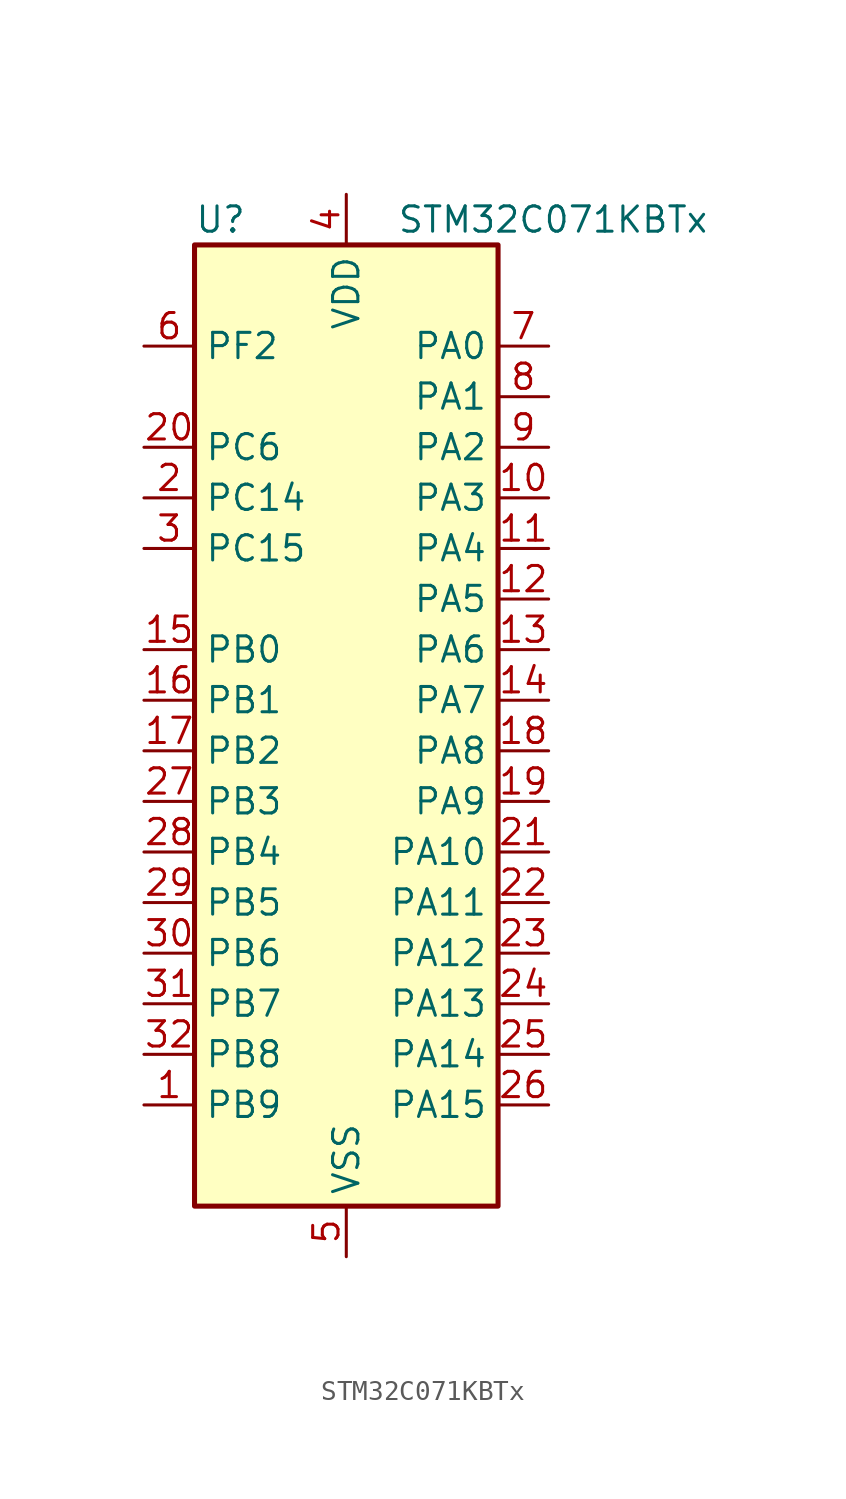
<source format=kicad_sym>
(kicad_symbol_lib
  (version 20241209)
  (generator "kicad_symbol_editor")
  (generator_version "9.0")
  (symbol "STM32C071KBTx"
    (property "Reference" "U"
      (at -7.62 26.67 0)
      (effects (font (size 1.27 1.27)) (justify left)))
    (property "Value" "STM32C071KBTx"
      (at 2.54 26.67 0)
      (effects (font (size 1.27 1.27)) (justify left)))
    (symbol "STM32C071KBTx_0_1"
      (rectangle (start -7.62 -22.86) (end 7.62 25.4) (stroke (width 0.254) (type default)) (fill (type background))))
    (symbol "STM32C071KBTx_1_1"
      (pin bidirectional line (at -10.16 20.32 0) (length 2.54) (name "PF2" (effects (font (size 1.27 1.27)))) (number "6" (effects (font (size 1.27 1.27)))) (alternate "RCC_MCO" bidirectional line) (alternate "TIM1_CH4" bidirectional line))
      (pin bidirectional line (at -10.16 15.24 0) (length 2.54) (name "PC6" (effects (font (size 1.27 1.27)))) (number "20" (effects (font (size 1.27 1.27)))) (alternate "TIM2_CH3" bidirectional line) (alternate "TIM3_CH1" bidirectional line))
      (pin bidirectional line (at -10.16 12.7 0) (length 2.54) (name "PC14" (effects (font (size 1.27 1.27)))) (number "2" (effects (font (size 1.27 1.27)))) (alternate "I2C1_SDA" bidirectional line) (alternate "IR_OUT" bidirectional line) (alternate "RCC_OSCX_IN" bidirectional line) (alternate "SPI2_NSS" bidirectional line) (alternate "TIM17_CH1" bidirectional line) (alternate "TIM1_BKIN2" bidirectional line) (alternate "TIM1_ETR" bidirectional line) (alternate "TIM3_CH2" bidirectional line) (alternate "USART1_TX" bidirectional line) (alternate "USART2_CK" bidirectional line) (alternate "USART2_DE" bidirectional line) (alternate "USART2_RTS" bidirectional line))
      (pin bidirectional line (at -10.16 10.16 0) (length 2.54) (name "PC15" (effects (font (size 1.27 1.27)))) (number "3" (effects (font (size 1.27 1.27)))) (alternate "RCC_OSC32_EN" bidirectional line) (alternate "RCC_OSCX_OUT" bidirectional line) (alternate "RCC_OSC_EN" bidirectional line) (alternate "TIM1_ETR" bidirectional line) (alternate "TIM3_CH3" bidirectional line))
      (pin bidirectional line (at -10.16 5.08 0) (length 2.54) (name "PB0" (effects (font (size 1.27 1.27)))) (number "15" (effects (font (size 1.27 1.27)))) (alternate "ADC1_IN17" bidirectional line) (alternate "I2S1_WS" bidirectional line) (alternate "SPI1_NSS" bidirectional line) (alternate "TIM1_CH2N" bidirectional line) (alternate "TIM3_CH3" bidirectional line))
      (pin bidirectional line (at -10.16 2.54 0) (length 2.54) (name "PB1" (effects (font (size 1.27 1.27)))) (number "16" (effects (font (size 1.27 1.27)))) (alternate "ADC1_IN18" bidirectional line) (alternate "TIM14_CH1" bidirectional line) (alternate "TIM1_CH2N" bidirectional line) (alternate "TIM1_CH3N" bidirectional line) (alternate "TIM3_CH4" bidirectional line))
      (pin bidirectional line (at -10.16 0 0) (length 2.54) (name "PB2" (effects (font (size 1.27 1.27)))) (number "17" (effects (font (size 1.27 1.27)))) (alternate "ADC1_IN19" bidirectional line) (alternate "RCC_MCO2" bidirectional line) (alternate "SPI2_MISO" bidirectional line) (alternate "USART1_RX" bidirectional line))
      (pin bidirectional line (at -10.16 -2.54 0) (length 2.54) (name "PB3" (effects (font (size 1.27 1.27)))) (number "27" (effects (font (size 1.27 1.27)))) (alternate "I2C2_SCL" bidirectional line) (alternate "I2S1_CK" bidirectional line) (alternate "SPI1_SCK" bidirectional line) (alternate "TIM1_CH2" bidirectional line) (alternate "TIM2_CH2" bidirectional line) (alternate "TIM3_CH2" bidirectional line) (alternate "USART1_CK" bidirectional line) (alternate "USART1_DE" bidirectional line) (alternate "USART1_RTS" bidirectional line))
      (pin bidirectional line (at -10.16 -5.08 0) (length 2.54) (name "PB4" (effects (font (size 1.27 1.27)))) (number "28" (effects (font (size 1.27 1.27)))) (alternate "I2C2_SDA" bidirectional line) (alternate "I2S1_MCK" bidirectional line) (alternate "SPI1_MISO" bidirectional line) (alternate "TIM17_BKIN" bidirectional line) (alternate "TIM3_CH1" bidirectional line) (alternate "USART1_CTS" bidirectional line) (alternate "USART1_NSS" bidirectional line))
      (pin bidirectional line (at -10.16 -7.62 0) (length 2.54) (name "PB5" (effects (font (size 1.27 1.27)))) (number "29" (effects (font (size 1.27 1.27)))) (alternate "I2C1_SMBA" bidirectional line) (alternate "I2S1_SD" bidirectional line) (alternate "PWR_WKUP6" bidirectional line) (alternate "SPI1_MOSI" bidirectional line) (alternate "TIM16_BKIN" bidirectional line) (alternate "TIM3_CH2" bidirectional line) (alternate "TIM3_CH3" bidirectional line))
      (pin bidirectional line (at -10.16 -10.16 0) (length 2.54) (name "PB6" (effects (font (size 1.27 1.27)))) (number "30" (effects (font (size 1.27 1.27)))) (alternate "I2C1_SCL" bidirectional line) (alternate "I2C1_SMBA" bidirectional line) (alternate "I2S1_CK" bidirectional line) (alternate "I2S1_MCK" bidirectional line) (alternate "I2S1_SD" bidirectional line) (alternate "PWR_WKUP3" bidirectional line) (alternate "SPI1_MISO" bidirectional line) (alternate "SPI1_MOSI" bidirectional line) (alternate "SPI1_SCK" bidirectional line) (alternate "SPI2_MISO" bidirectional line) (alternate "TIM16_BKIN" bidirectional line) (alternate "TIM16_CH1N" bidirectional line) (alternate "TIM17_BKIN" bidirectional line) (alternate "TIM1_CH2" bidirectional line) (alternate "TIM1_CH3" bidirectional line) (alternate "TIM3_CH1" bidirectional line) (alternate "TIM3_CH2" bidirectional line) (alternate "TIM3_CH3" bidirectional line) (alternate "USART1_CTS" bidirectional line) (alternate "USART1_NSS" bidirectional line) (alternate "USART1_TX" bidirectional line))
      (pin bidirectional line (at -10.16 -12.7 0) (length 2.54) (name "PB7" (effects (font (size 1.27 1.27)))) (number "31" (effects (font (size 1.27 1.27)))) (alternate "I2C1_SCL" bidirectional line) (alternate "I2C1_SDA" bidirectional line) (alternate "RTC_REFIN" bidirectional line) (alternate "SPI2_MOSI" bidirectional line) (alternate "TIM16_CH1" bidirectional line) (alternate "TIM17_CH1N" bidirectional line) (alternate "TIM1_CH4" bidirectional line) (alternate "TIM3_CH1" bidirectional line) (alternate "TIM3_CH4" bidirectional line) (alternate "USART1_RX" bidirectional line) (alternate "USART2_CTS" bidirectional line) (alternate "USART2_NSS" bidirectional line))
      (pin bidirectional line (at -10.16 -15.24 0) (length 2.54) (name "PB8" (effects (font (size 1.27 1.27)))) (number "32" (effects (font (size 1.27 1.27)))) (alternate "I2C1_SCL" bidirectional line) (alternate "SPI2_SCK" bidirectional line) (alternate "TIM16_CH1" bidirectional line) (alternate "TIM3_CH1" bidirectional line) (alternate "USART2_CTS" bidirectional line) (alternate "USART2_NSS" bidirectional line))
      (pin bidirectional line (at -10.16 -17.78 0) (length 2.54) (name "PB9" (effects (font (size 1.27 1.27)))) (number "1" (effects (font (size 1.27 1.27)))) (alternate "I2C1_SDA" bidirectional line) (alternate "IR_OUT" bidirectional line) (alternate "SPI2_NSS" bidirectional line) (alternate "TIM17_CH1" bidirectional line) (alternate "TIM3_CH2" bidirectional line) (alternate "USART2_CK" bidirectional line) (alternate "USART2_DE" bidirectional line) (alternate "USART2_RTS" bidirectional line))
      (pin power_in line (at 0 27.94 270) (length 2.54) (name "VDD" (effects (font (size 1.27 1.27)))) (number "4" (effects (font (size 1.27 1.27)))))
      (pin power_in line (at 0 -25.4 90) (length 2.54) (name "VSS" (effects (font (size 1.27 1.27)))) (number "5" (effects (font (size 1.27 1.27)))))
      (pin bidirectional line (at 10.16 20.32 180) (length 2.54) (name "PA0" (effects (font (size 1.27 1.27)))) (number "7" (effects (font (size 1.27 1.27)))) (alternate "ADC1_IN0" bidirectional line) (alternate "PWR_WKUP1" bidirectional line) (alternate "SPI2_SCK" bidirectional line) (alternate "TIM16_CH1" bidirectional line) (alternate "TIM1_CH1" bidirectional line) (alternate "TIM2_CH1" bidirectional line) (alternate "TIM2_ETR" bidirectional line) (alternate "USART1_TX" bidirectional line) (alternate "USART2_CTS" bidirectional line) (alternate "USART2_NSS" bidirectional line))
      (pin bidirectional line (at 10.16 17.78 180) (length 2.54) (name "PA1" (effects (font (size 1.27 1.27)))) (number "8" (effects (font (size 1.27 1.27)))) (alternate "ADC1_IN1" bidirectional line) (alternate "I2C1_SMBA" bidirectional line) (alternate "I2S1_CK" bidirectional line) (alternate "SPI1_SCK" bidirectional line) (alternate "TIM17_CH1" bidirectional line) (alternate "TIM1_CH2" bidirectional line) (alternate "TIM2_CH2" bidirectional line) (alternate "USART1_RX" bidirectional line) (alternate "USART2_CK" bidirectional line) (alternate "USART2_DE" bidirectional line) (alternate "USART2_RTS" bidirectional line))
      (pin bidirectional line (at 10.16 15.24 180) (length 2.54) (name "PA2" (effects (font (size 1.27 1.27)))) (number "9" (effects (font (size 1.27 1.27)))) (alternate "ADC1_IN2" bidirectional line) (alternate "I2S1_SD" bidirectional line) (alternate "PWR_WKUP4" bidirectional line) (alternate "RCC_LSCO" bidirectional line) (alternate "SPI1_MOSI" bidirectional line) (alternate "TIM16_CH1N" bidirectional line) (alternate "TIM1_CH3" bidirectional line) (alternate "TIM2_CH3" bidirectional line) (alternate "TIM3_ETR" bidirectional line) (alternate "USART2_TX" bidirectional line))
      (pin bidirectional line (at 10.16 12.7 180) (length 2.54) (name "PA3" (effects (font (size 1.27 1.27)))) (number "10" (effects (font (size 1.27 1.27)))) (alternate "ADC1_IN3" bidirectional line) (alternate "SPI2_MISO" bidirectional line) (alternate "TIM1_CH1N" bidirectional line) (alternate "TIM1_CH4" bidirectional line) (alternate "TIM2_CH4" bidirectional line) (alternate "USART2_RX" bidirectional line))
      (pin bidirectional line (at 10.16 10.16 180) (length 2.54) (name "PA4" (effects (font (size 1.27 1.27)))) (number "11" (effects (font (size 1.27 1.27)))) (alternate "ADC1_IN4" bidirectional line) (alternate "I2S1_WS" bidirectional line) (alternate "PWR_WKUP2" bidirectional line) (alternate "RTC_OUT1" bidirectional line) (alternate "RTC_TS" bidirectional line) (alternate "SPI1_NSS" bidirectional line) (alternate "SPI2_MOSI" bidirectional line) (alternate "TIM14_CH1" bidirectional line) (alternate "TIM17_CH1N" bidirectional line) (alternate "TIM1_CH2N" bidirectional line) (alternate "USART2_TX" bidirectional line) (alternate "USB_NOE" bidirectional line))
      (pin bidirectional line (at 10.16 7.62 180) (length 2.54) (name "PA5" (effects (font (size 1.27 1.27)))) (number "12" (effects (font (size 1.27 1.27)))) (alternate "ADC1_IN5" bidirectional line) (alternate "I2S1_CK" bidirectional line) (alternate "SPI1_SCK" bidirectional line) (alternate "TIM1_CH1" bidirectional line) (alternate "TIM1_CH3N" bidirectional line) (alternate "TIM2_CH1" bidirectional line) (alternate "TIM2_ETR" bidirectional line) (alternate "USART2_RX" bidirectional line))
      (pin bidirectional line (at 10.16 5.08 180) (length 2.54) (name "PA6" (effects (font (size 1.27 1.27)))) (number "13" (effects (font (size 1.27 1.27)))) (alternate "ADC1_IN6" bidirectional line) (alternate "I2C2_SDA" bidirectional line) (alternate "I2S1_MCK" bidirectional line) (alternate "SPI1_MISO" bidirectional line) (alternate "TIM16_CH1" bidirectional line) (alternate "TIM1_BKIN" bidirectional line) (alternate "TIM3_CH1" bidirectional line))
      (pin bidirectional line (at 10.16 2.54 180) (length 2.54) (name "PA7" (effects (font (size 1.27 1.27)))) (number "14" (effects (font (size 1.27 1.27)))) (alternate "ADC1_IN7" bidirectional line) (alternate "I2C2_SCL" bidirectional line) (alternate "I2S1_SD" bidirectional line) (alternate "SPI1_MOSI" bidirectional line) (alternate "TIM14_CH1" bidirectional line) (alternate "TIM17_CH1" bidirectional line) (alternate "TIM1_CH1N" bidirectional line) (alternate "TIM3_CH2" bidirectional line))
      (pin bidirectional line (at 10.16 0 180) (length 2.54) (name "PA8" (effects (font (size 1.27 1.27)))) (number "18" (effects (font (size 1.27 1.27)))) (alternate "ADC1_IN8" bidirectional line) (alternate "CRS_SYNC" bidirectional line) (alternate "I2S1_WS" bidirectional line) (alternate "RCC_MCO" bidirectional line) (alternate "RCC_MCO2" bidirectional line) (alternate "SPI1_NSS" bidirectional line) (alternate "SPI2_MISO" bidirectional line) (alternate "SPI2_NSS" bidirectional line) (alternate "TIM14_CH1" bidirectional line) (alternate "TIM1_CH1" bidirectional line) (alternate "TIM1_CH2N" bidirectional line) (alternate "TIM1_CH3N" bidirectional line) (alternate "TIM3_CH3" bidirectional line) (alternate "TIM3_CH4" bidirectional line) (alternate "USART1_RX" bidirectional line) (alternate "USART2_TX" bidirectional line))
      (pin bidirectional line (at 10.16 -2.54 180) (length 2.54) (name "PA9" (effects (font (size 1.27 1.27)))) (number "19" (effects (font (size 1.27 1.27)))) (alternate "I2C1_SCL" bidirectional line) (alternate "I2C2_SCL" bidirectional line) (alternate "RCC_MCO" bidirectional line) (alternate "SPI2_MISO" bidirectional line) (alternate "TIM1_CH2" bidirectional line) (alternate "TIM3_ETR" bidirectional line) (alternate "USART1_TX" bidirectional line))
      (pin bidirectional line (at 10.16 -5.08 180) (length 2.54) (name "PA10" (effects (font (size 1.27 1.27)))) (number "21" (effects (font (size 1.27 1.27)))) (alternate "I2C1_SDA" bidirectional line) (alternate "I2C2_SDA" bidirectional line) (alternate "RCC_MCO2" bidirectional line) (alternate "SPI2_MOSI" bidirectional line) (alternate "TIM17_BKIN" bidirectional line) (alternate "TIM1_CH3" bidirectional line) (alternate "USART1_RX" bidirectional line))
      (pin bidirectional line (at 10.16 -7.62 180) (length 2.54) (name "PA11" (effects (font (size 1.27 1.27)))) (number "22" (effects (font (size 1.27 1.27)))) (alternate "ADC1_EXTI11" bidirectional line) (alternate "I2C2_SCL" bidirectional line) (alternate "I2S1_MCK" bidirectional line) (alternate "SPI1_MISO" bidirectional line) (alternate "TIM1_BKIN2" bidirectional line) (alternate "TIM1_CH4" bidirectional line) (alternate "USART1_CTS" bidirectional line) (alternate "USART1_NSS" bidirectional line) (alternate "USB_DM" bidirectional line))
      (pin bidirectional line (at 10.16 -10.16 180) (length 2.54) (name "PA12" (effects (font (size 1.27 1.27)))) (number "23" (effects (font (size 1.27 1.27)))) (alternate "I2C2_SDA" bidirectional line) (alternate "I2S1_SD" bidirectional line) (alternate "I2S_CKIN" bidirectional line) (alternate "SPI1_MOSI" bidirectional line) (alternate "TIM1_ETR" bidirectional line) (alternate "USART1_CK" bidirectional line) (alternate "USART1_DE" bidirectional line) (alternate "USART1_RTS" bidirectional line) (alternate "USB_DP" bidirectional line))
      (pin bidirectional line (at 10.16 -12.7 180) (length 2.54) (name "PA13" (effects (font (size 1.27 1.27)))) (number "24" (effects (font (size 1.27 1.27)))) (alternate "ADC1_IN13" bidirectional line) (alternate "DEBUG_SWDIO" bidirectional line) (alternate "IR_OUT" bidirectional line) (alternate "TIM3_ETR" bidirectional line) (alternate "USART2_RX" bidirectional line) (alternate "USB_NOE" bidirectional line))
      (pin bidirectional line (at 10.16 -15.24 180) (length 2.54) (name "PA14" (effects (font (size 1.27 1.27)))) (number "25" (effects (font (size 1.27 1.27)))) (alternate "ADC1_IN14" bidirectional line) (alternate "DEBUG_SWCLK" bidirectional line) (alternate "I2S1_WS" bidirectional line) (alternate "RCC_MCO2" bidirectional line) (alternate "SPI1_NSS" bidirectional line) (alternate "TIM1_CH1" bidirectional line) (alternate "USART1_CK" bidirectional line) (alternate "USART1_DE" bidirectional line) (alternate "USART1_RTS" bidirectional line) (alternate "USART2_RX" bidirectional line) (alternate "USART2_TX" bidirectional line))
      (pin bidirectional line (at 10.16 -17.78 180) (length 2.54) (name "PA15" (effects (font (size 1.27 1.27)))) (number "26" (effects (font (size 1.27 1.27)))) (alternate "I2S1_WS" bidirectional line) (alternate "RCC_MCO2" bidirectional line) (alternate "SPI1_NSS" bidirectional line) (alternate "TIM1_CH1" bidirectional line) (alternate "TIM2_CH1" bidirectional line) (alternate "TIM2_ETR" bidirectional line) (alternate "USART1_CK" bidirectional line) (alternate "USART1_DE" bidirectional line) (alternate "USART1_RTS" bidirectional line) (alternate "USART2_RX" bidirectional line) (alternate "USB_NOE" bidirectional line)))))
</source>
